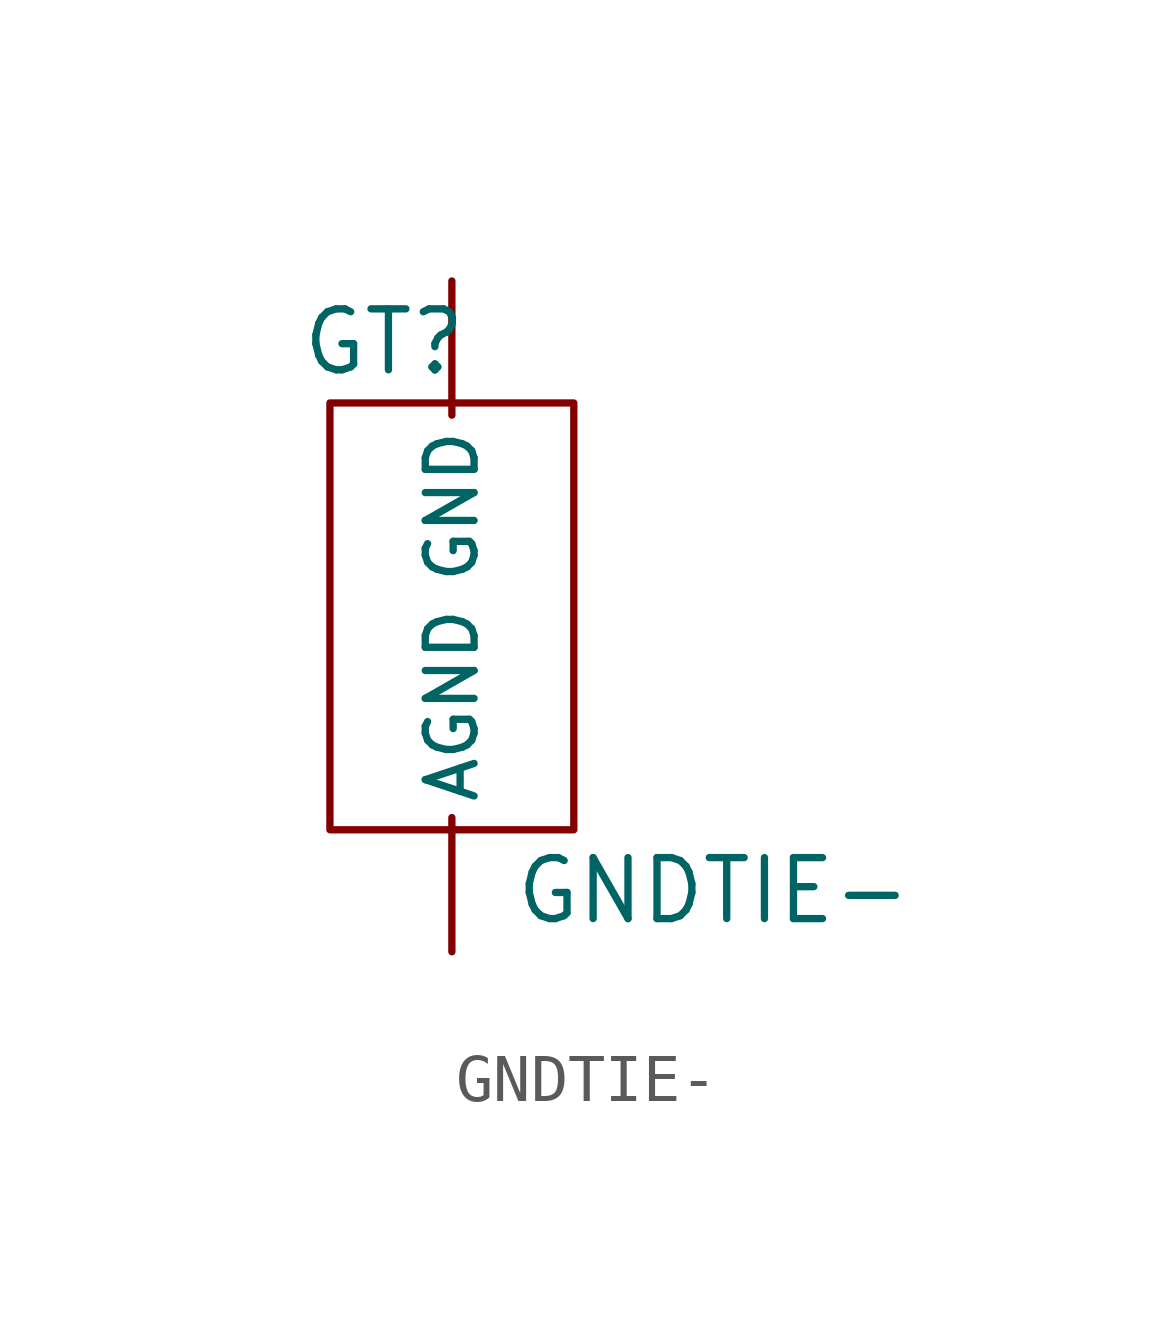
<source format=kicad_sym>
(kicad_symbol_lib
  (version 20220914)
  (generator kicad_symbol_editor)
  (symbol "GNDTIE-"
    (pin_numbers hide)
    (pin_names
      (offset 0.254))
    (property "Reference" "GT"
      (at 0.635 2.54 0)
      (effects (font (size 1.27 1.27)) (justify left)))
    (property "Value" "GNDTIE-"
      (at 5.08 -8.89 0)
      (effects (font (size 1.27 1.27)) (justify left)))
    (property "Footprint" ""
      (at 0.965 -3.81 0)
      (effects (font (size 1.27 1.27))))
    (property "Datasheet" ""
      (at 0 0 0)
      (effects (font (size 1.27 1.27))))
    (symbol "GNDTIE-_0_1"
      (rectangle (start 1.27 1.27) (end 6.35 -7.62) (stroke (width 0) (type solid)) (fill (type none))))
    (symbol "GNDTIE-_1_1"
      (pin passive line (at 3.81 3.81 270) (length 2.794) (name "GND" (effects (font (size 1.016 1.016)))) (number "1" (effects (font (size 1.016 1.016)))))
      (pin passive line (at 3.81 -10.16 90) (length 2.794) (name "AGND" (effects (font (size 1.016 1.016)))) (number "2" (effects (font (size 1.016 1.016))))))))
</source>
